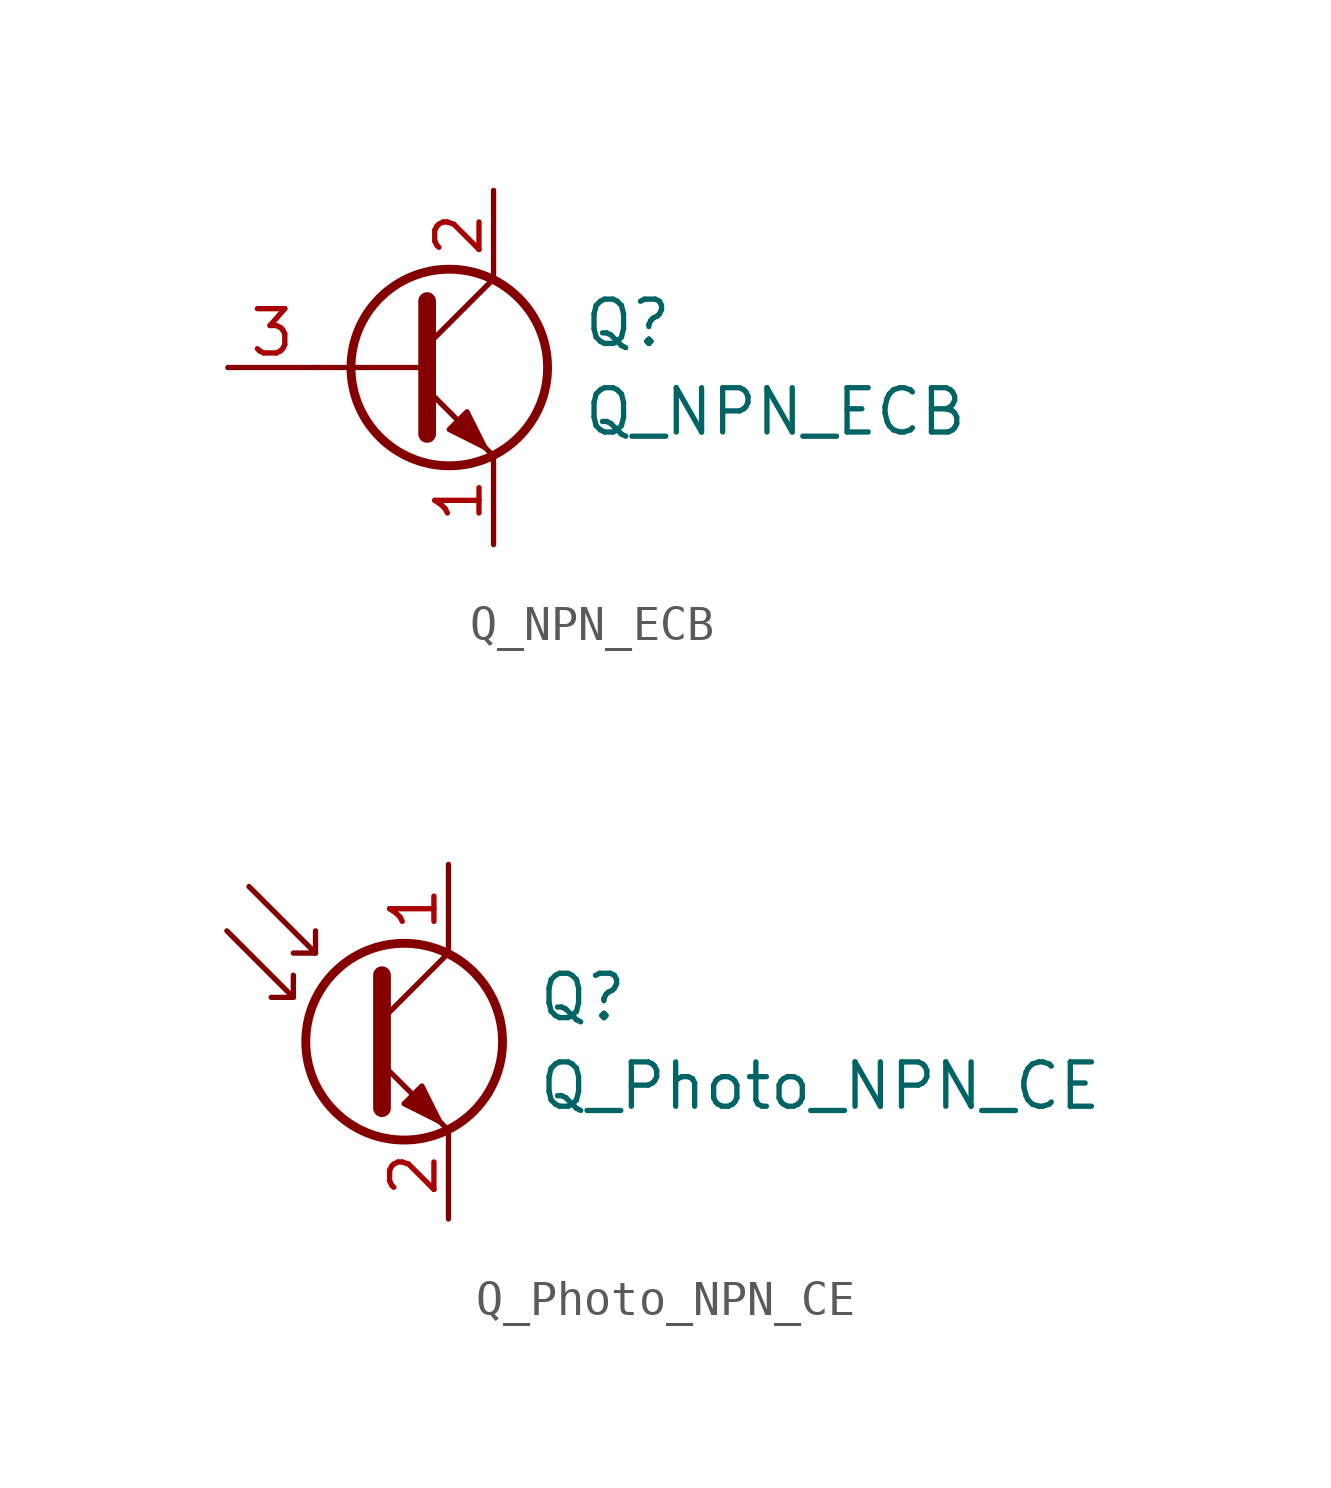
<source format=kicad_sym>
(kicad_symbol_lib
  (version 20241209)
  (generator "kicad_symbol_editor")
  (generator_version "9.0")
  (symbol "Q_NPN_ECB"
    (pin_names
      (offset 0)
      (hide yes))
    (property "Reference" "Q"
      (at 5.08 1.27 0)
      (effects (font (size 1.27 1.27)) (justify left)))
    (property "Value" "Q_NPN_ECB"
      (at 5.08 -1.27 0)
      (effects (font (size 1.27 1.27)) (justify left)))
    (symbol "Q_NPN_ECB_0_1"
      (polyline (pts (xy -2.54 0) (xy 0.635 0)) (stroke (width 0) (type default)) (fill (type none)))
      (polyline (pts (xy 0.635 1.905) (xy 0.635 -1.905)) (stroke (width 0.508) (type default)) (fill (type none)))
      (circle (center 1.27 0) (radius 2.819) (stroke (width 0.254) (type default)) (fill (type none))))
    (symbol "Q_NPN_ECB_1_1"
      (polyline (pts (xy 0.635 0.635) (xy 2.54 2.54)) (stroke (width 0) (type default)) (fill (type none)))
      (polyline (pts (xy 0.635 -0.635) (xy 2.54 -2.54)) (stroke (width 0) (type default)) (fill (type none)))
      (polyline (pts (xy 1.27 -1.778) (xy 1.778 -1.27) (xy 2.286 -2.286) (xy 1.27 -1.778)) (stroke (width 0) (type default)) (fill (type outline)))
      (pin input line (at -5.08 0 0) (length 2.54) (name "B" (effects (font (size 1.27 1.27)))) (number "3" (effects (font (size 1.27 1.27)))))
      (pin passive line (at 2.54 5.08 270) (length 2.54) (name "C" (effects (font (size 1.27 1.27)))) (number "2" (effects (font (size 1.27 1.27)))))
      (pin passive line (at 2.54 -5.08 90) (length 2.54) (name "E" (effects (font (size 1.27 1.27)))) (number "1" (effects (font (size 1.27 1.27)))))))
  (symbol "Q_Photo_NPN_CE"
    (pin_names
      (offset 0)
      (hide yes))
    (property "Reference" "Q"
      (at 5.08 1.27 0)
      (effects (font (size 1.27 1.27)) (justify left)))
    (property "Value" "Q_Photo_NPN_CE"
      (at 5.08 -1.27 0)
      (effects (font (size 1.27 1.27)) (justify left)))
    (symbol "Q_Photo_NPN_CE_0_1"
      (polyline (pts (xy -3.81 3.175) (xy -1.905 1.27) (xy -1.905 1.905)) (stroke (width 0) (type default)) (fill (type none)))
      (polyline (pts (xy -3.175 4.445) (xy -1.27 2.54) (xy -1.27 3.175)) (stroke (width 0) (type default)) (fill (type none)))
      (polyline (pts (xy -1.905 1.27) (xy -2.54 1.27)) (stroke (width 0) (type default)) (fill (type none)))
      (polyline (pts (xy -1.27 2.54) (xy -1.905 2.54)) (stroke (width 0) (type default)) (fill (type none)))
      (polyline (pts (xy 0.635 1.905) (xy 0.635 -1.905) (xy 0.635 -1.905)) (stroke (width 0.508) (type default)) (fill (type none)))
      (polyline (pts (xy 0.635 0.635) (xy 2.54 2.54)) (stroke (width 0) (type default)) (fill (type none)))
      (polyline (pts (xy 0.635 -0.635) (xy 2.54 -2.54) (xy 2.54 -2.54)) (stroke (width 0) (type default)) (fill (type none)))
      (circle (center 1.27 0) (radius 2.819) (stroke (width 0.254) (type default)) (fill (type none)))
      (polyline (pts (xy 1.27 -1.778) (xy 1.778 -1.27) (xy 2.286 -2.286) (xy 1.27 -1.778) (xy 1.27 -1.778)) (stroke (width 0) (type default)) (fill (type outline))))
    (symbol "Q_Photo_NPN_CE_1_1"
      (pin passive line (at 2.54 5.08 270) (length 2.54) (name "C" (effects (font (size 1.27 1.27)))) (number "1" (effects (font (size 1.27 1.27)))))
      (pin passive line (at 2.54 -5.08 90) (length 2.54) (name "E" (effects (font (size 1.27 1.27)))) (number "2" (effects (font (size 1.27 1.27))))))))
</source>
